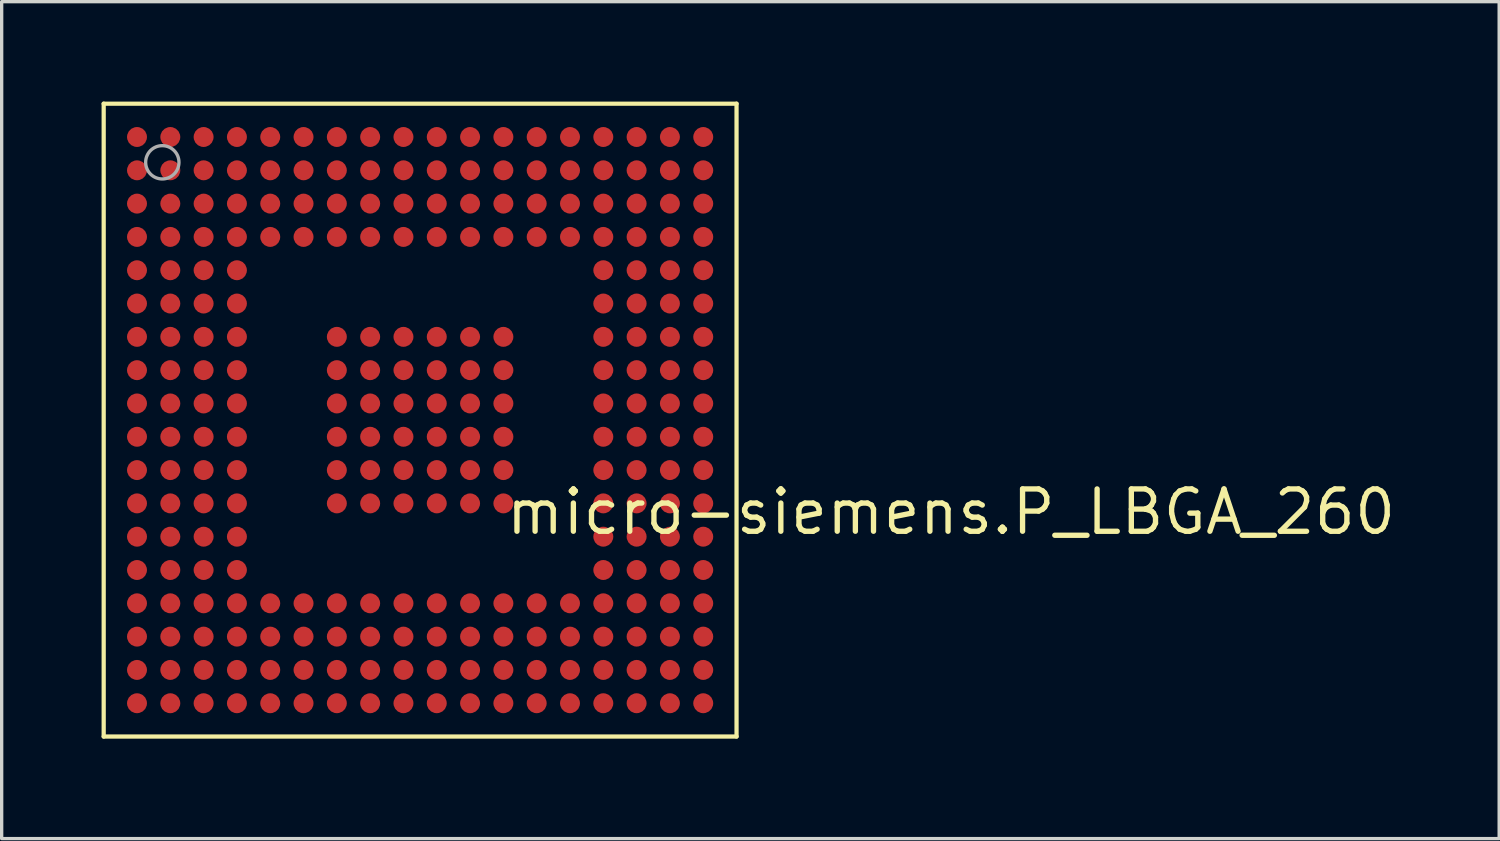
<source format=kicad_pcb>
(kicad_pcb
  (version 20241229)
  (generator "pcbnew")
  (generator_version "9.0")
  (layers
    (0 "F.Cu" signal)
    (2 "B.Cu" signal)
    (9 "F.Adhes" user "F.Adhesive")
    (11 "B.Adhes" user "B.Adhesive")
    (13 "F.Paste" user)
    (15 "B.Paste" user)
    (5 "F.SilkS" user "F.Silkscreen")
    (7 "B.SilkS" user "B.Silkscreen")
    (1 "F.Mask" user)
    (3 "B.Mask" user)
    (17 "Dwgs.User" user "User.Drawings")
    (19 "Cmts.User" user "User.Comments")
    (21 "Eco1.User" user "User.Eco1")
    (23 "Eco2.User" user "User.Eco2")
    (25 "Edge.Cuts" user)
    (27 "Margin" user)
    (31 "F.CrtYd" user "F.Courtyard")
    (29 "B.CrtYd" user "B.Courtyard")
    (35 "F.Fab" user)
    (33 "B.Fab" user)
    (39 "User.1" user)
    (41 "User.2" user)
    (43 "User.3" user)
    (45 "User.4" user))
  (footprint "micro-siemens.P_LBGA_260"
    (layer "F.Cu")
    (at 9.563 9.563)
    (property "Reference" "micro-siemens.P_LBGA_260" (at 2.5 3.5 180) (layer "F.SilkS") (effects (font (size 1.27 1.27) (thickness 0.16)) (justify left bottom)))
    (attr smd)
    (fp_line (start -9.5 -9.5) (end 9.5 -9.5) (stroke (width 0.127) (type default)) (layer "F.SilkS"))
    (fp_line (start -9.5 9.5) (end -9.5 -9.5) (stroke (width 0.127) (type default)) (layer "F.SilkS"))
    (fp_line (start 9.5 -9.5) (end 9.5 9.5) (stroke (width 0.127) (type default)) (layer "F.SilkS"))
    (fp_line (start 9.5 9.5) (end -9.5 9.5) (stroke (width 0.127) (type default)) (layer "F.SilkS"))
    (fp_circle (center -7.74 -7.74) (end -7.24 -7.74) (stroke (width 0.1) (type default)) (fill no) (layer "F.Fab"))
    (pad "A1" smd roundrect (at -8.5 -8.5) (size 0.6 0.6) (layers "F.Cu" "F.Mask" "F.Paste") (roundrect_rratio 0.5))
    (pad "A2" smd roundrect (at -7.5 -8.5) (size 0.6 0.6) (layers "F.Cu" "F.Mask" "F.Paste") (roundrect_rratio 0.5))
    (pad "A3" smd roundrect (at -6.5 -8.5) (size 0.6 0.6) (layers "F.Cu" "F.Mask" "F.Paste") (roundrect_rratio 0.5))
    (pad "A4" smd roundrect (at -5.5 -8.5) (size 0.6 0.6) (layers "F.Cu" "F.Mask" "F.Paste") (roundrect_rratio 0.5))
    (pad "A5" smd roundrect (at -4.5 -8.5) (size 0.6 0.6) (layers "F.Cu" "F.Mask" "F.Paste") (roundrect_rratio 0.5))
    (pad "A6" smd roundrect (at -3.5 -8.5) (size 0.6 0.6) (layers "F.Cu" "F.Mask" "F.Paste") (roundrect_rratio 0.5))
    (pad "A7" smd roundrect (at -2.5 -8.5) (size 0.6 0.6) (layers "F.Cu" "F.Mask" "F.Paste") (roundrect_rratio 0.5))
    (pad "A8" smd roundrect (at -1.5 -8.5) (size 0.6 0.6) (layers "F.Cu" "F.Mask" "F.Paste") (roundrect_rratio 0.5))
    (pad "A9" smd roundrect (at -0.5 -8.5) (size 0.6 0.6) (layers "F.Cu" "F.Mask" "F.Paste") (roundrect_rratio 0.5))
    (pad "A10" smd roundrect (at 0.5 -8.5) (size 0.6 0.6) (layers "F.Cu" "F.Mask" "F.Paste") (roundrect_rratio 0.5))
    (pad "A11" smd roundrect (at 1.5 -8.5) (size 0.6 0.6) (layers "F.Cu" "F.Mask" "F.Paste") (roundrect_rratio 0.5))
    (pad "A12" smd roundrect (at 2.5 -8.5) (size 0.6 0.6) (layers "F.Cu" "F.Mask" "F.Paste") (roundrect_rratio 0.5))
    (pad "A13" smd roundrect (at 3.5 -8.5) (size 0.6 0.6) (layers "F.Cu" "F.Mask" "F.Paste") (roundrect_rratio 0.5))
    (pad "A14" smd roundrect (at 4.5 -8.5) (size 0.6 0.6) (layers "F.Cu" "F.Mask" "F.Paste") (roundrect_rratio 0.5))
    (pad "A15" smd roundrect (at 5.5 -8.5) (size 0.6 0.6) (layers "F.Cu" "F.Mask" "F.Paste") (roundrect_rratio 0.5))
    (pad "A16" smd roundrect (at 6.5 -8.5) (size 0.6 0.6) (layers "F.Cu" "F.Mask" "F.Paste") (roundrect_rratio 0.5))
    (pad "A17" smd roundrect (at 7.5 -8.5) (size 0.6 0.6) (layers "F.Cu" "F.Mask" "F.Paste") (roundrect_rratio 0.5))
    (pad "A18" smd roundrect (at 8.5 -8.5) (size 0.6 0.6) (layers "F.Cu" "F.Mask" "F.Paste") (roundrect_rratio 0.5))
    (pad "B1" smd roundrect (at -8.5 -7.5) (size 0.6 0.6) (layers "F.Cu" "F.Mask" "F.Paste") (roundrect_rratio 0.5))
    (pad "B2" smd roundrect (at -7.5 -7.5) (size 0.6 0.6) (layers "F.Cu" "F.Mask" "F.Paste") (roundrect_rratio 0.5))
    (pad "B3" smd roundrect (at -6.5 -7.5) (size 0.6 0.6) (layers "F.Cu" "F.Mask" "F.Paste") (roundrect_rratio 0.5))
    (pad "B4" smd roundrect (at -5.5 -7.5) (size 0.6 0.6) (layers "F.Cu" "F.Mask" "F.Paste") (roundrect_rratio 0.5))
    (pad "B5" smd roundrect (at -4.5 -7.5) (size 0.6 0.6) (layers "F.Cu" "F.Mask" "F.Paste") (roundrect_rratio 0.5))
    (pad "B6" smd roundrect (at -3.5 -7.5) (size 0.6 0.6) (layers "F.Cu" "F.Mask" "F.Paste") (roundrect_rratio 0.5))
    (pad "B7" smd roundrect (at -2.5 -7.5) (size 0.6 0.6) (layers "F.Cu" "F.Mask" "F.Paste") (roundrect_rratio 0.5))
    (pad "B8" smd roundrect (at -1.5 -7.5) (size 0.6 0.6) (layers "F.Cu" "F.Mask" "F.Paste") (roundrect_rratio 0.5))
    (pad "B9" smd roundrect (at -0.5 -7.5) (size 0.6 0.6) (layers "F.Cu" "F.Mask" "F.Paste") (roundrect_rratio 0.5))
    (pad "B10" smd roundrect (at 0.5 -7.5) (size 0.6 0.6) (layers "F.Cu" "F.Mask" "F.Paste") (roundrect_rratio 0.5))
    (pad "B11" smd roundrect (at 1.5 -7.5) (size 0.6 0.6) (layers "F.Cu" "F.Mask" "F.Paste") (roundrect_rratio 0.5))
    (pad "B12" smd roundrect (at 2.5 -7.5) (size 0.6 0.6) (layers "F.Cu" "F.Mask" "F.Paste") (roundrect_rratio 0.5))
    (pad "B13" smd roundrect (at 3.5 -7.5) (size 0.6 0.6) (layers "F.Cu" "F.Mask" "F.Paste") (roundrect_rratio 0.5))
    (pad "B14" smd roundrect (at 4.5 -7.5) (size 0.6 0.6) (layers "F.Cu" "F.Mask" "F.Paste") (roundrect_rratio 0.5))
    (pad "B15" smd roundrect (at 5.5 -7.5) (size 0.6 0.6) (layers "F.Cu" "F.Mask" "F.Paste") (roundrect_rratio 0.5))
    (pad "B16" smd roundrect (at 6.5 -7.5) (size 0.6 0.6) (layers "F.Cu" "F.Mask" "F.Paste") (roundrect_rratio 0.5))
    (pad "B17" smd roundrect (at 7.5 -7.5) (size 0.6 0.6) (layers "F.Cu" "F.Mask" "F.Paste") (roundrect_rratio 0.5))
    (pad "B18" smd roundrect (at 8.5 -7.5) (size 0.6 0.6) (layers "F.Cu" "F.Mask" "F.Paste") (roundrect_rratio 0.5))
    (pad "C1" smd roundrect (at -8.5 -6.5) (size 0.6 0.6) (layers "F.Cu" "F.Mask" "F.Paste") (roundrect_rratio 0.5))
    (pad "C2" smd roundrect (at -7.5 -6.5) (size 0.6 0.6) (layers "F.Cu" "F.Mask" "F.Paste") (roundrect_rratio 0.5))
    (pad "C3" smd roundrect (at -6.5 -6.5) (size 0.6 0.6) (layers "F.Cu" "F.Mask" "F.Paste") (roundrect_rratio 0.5))
    (pad "C4" smd roundrect (at -5.5 -6.5) (size 0.6 0.6) (layers "F.Cu" "F.Mask" "F.Paste") (roundrect_rratio 0.5))
    (pad "C5" smd roundrect (at -4.5 -6.5) (size 0.6 0.6) (layers "F.Cu" "F.Mask" "F.Paste") (roundrect_rratio 0.5))
    (pad "C6" smd roundrect (at -3.5 -6.5) (size 0.6 0.6) (layers "F.Cu" "F.Mask" "F.Paste") (roundrect_rratio 0.5))
    (pad "C7" smd roundrect (at -2.5 -6.5) (size 0.6 0.6) (layers "F.Cu" "F.Mask" "F.Paste") (roundrect_rratio 0.5))
    (pad "C8" smd roundrect (at -1.5 -6.5) (size 0.6 0.6) (layers "F.Cu" "F.Mask" "F.Paste") (roundrect_rratio 0.5))
    (pad "C9" smd roundrect (at -0.5 -6.5) (size 0.6 0.6) (layers "F.Cu" "F.Mask" "F.Paste") (roundrect_rratio 0.5))
    (pad "C10" smd roundrect (at 0.5 -6.5) (size 0.6 0.6) (layers "F.Cu" "F.Mask" "F.Paste") (roundrect_rratio 0.5))
    (pad "C11" smd roundrect (at 1.5 -6.5) (size 0.6 0.6) (layers "F.Cu" "F.Mask" "F.Paste") (roundrect_rratio 0.5))
    (pad "C12" smd roundrect (at 2.5 -6.5) (size 0.6 0.6) (layers "F.Cu" "F.Mask" "F.Paste") (roundrect_rratio 0.5))
    (pad "C13" smd roundrect (at 3.5 -6.5) (size 0.6 0.6) (layers "F.Cu" "F.Mask" "F.Paste") (roundrect_rratio 0.5))
    (pad "C14" smd roundrect (at 4.5 -6.5) (size 0.6 0.6) (layers "F.Cu" "F.Mask" "F.Paste") (roundrect_rratio 0.5))
    (pad "C15" smd roundrect (at 5.5 -6.5) (size 0.6 0.6) (layers "F.Cu" "F.Mask" "F.Paste") (roundrect_rratio 0.5))
    (pad "C16" smd roundrect (at 6.5 -6.5) (size 0.6 0.6) (layers "F.Cu" "F.Mask" "F.Paste") (roundrect_rratio 0.5))
    (pad "C17" smd roundrect (at 7.5 -6.5) (size 0.6 0.6) (layers "F.Cu" "F.Mask" "F.Paste") (roundrect_rratio 0.5))
    (pad "C18" smd roundrect (at 8.5 -6.5) (size 0.6 0.6) (layers "F.Cu" "F.Mask" "F.Paste") (roundrect_rratio 0.5))
    (pad "D1" smd roundrect (at -8.5 -5.5) (size 0.6 0.6) (layers "F.Cu" "F.Mask" "F.Paste") (roundrect_rratio 0.5))
    (pad "D2" smd roundrect (at -7.5 -5.5) (size 0.6 0.6) (layers "F.Cu" "F.Mask" "F.Paste") (roundrect_rratio 0.5))
    (pad "D3" smd roundrect (at -6.5 -5.5) (size 0.6 0.6) (layers "F.Cu" "F.Mask" "F.Paste") (roundrect_rratio 0.5))
    (pad "D4" smd roundrect (at -5.5 -5.5) (size 0.6 0.6) (layers "F.Cu" "F.Mask" "F.Paste") (roundrect_rratio 0.5))
    (pad "D5" smd roundrect (at -4.5 -5.5) (size 0.6 0.6) (layers "F.Cu" "F.Mask" "F.Paste") (roundrect_rratio 0.5))
    (pad "D6" smd roundrect (at -3.5 -5.5) (size 0.6 0.6) (layers "F.Cu" "F.Mask" "F.Paste") (roundrect_rratio 0.5))
    (pad "D7" smd roundrect (at -2.5 -5.5) (size 0.6 0.6) (layers "F.Cu" "F.Mask" "F.Paste") (roundrect_rratio 0.5))
    (pad "D8" smd roundrect (at -1.5 -5.5) (size 0.6 0.6) (layers "F.Cu" "F.Mask" "F.Paste") (roundrect_rratio 0.5))
    (pad "D9" smd roundrect (at -0.5 -5.5) (size 0.6 0.6) (layers "F.Cu" "F.Mask" "F.Paste") (roundrect_rratio 0.5))
    (pad "D10" smd roundrect (at 0.5 -5.5) (size 0.6 0.6) (layers "F.Cu" "F.Mask" "F.Paste") (roundrect_rratio 0.5))
    (pad "D11" smd roundrect (at 1.5 -5.5) (size 0.6 0.6) (layers "F.Cu" "F.Mask" "F.Paste") (roundrect_rratio 0.5))
    (pad "D12" smd roundrect (at 2.5 -5.5) (size 0.6 0.6) (layers "F.Cu" "F.Mask" "F.Paste") (roundrect_rratio 0.5))
    (pad "D13" smd roundrect (at 3.5 -5.5) (size 0.6 0.6) (layers "F.Cu" "F.Mask" "F.Paste") (roundrect_rratio 0.5))
    (pad "D14" smd roundrect (at 4.5 -5.5) (size 0.6 0.6) (layers "F.Cu" "F.Mask" "F.Paste") (roundrect_rratio 0.5))
    (pad "D15" smd roundrect (at 5.5 -5.5) (size 0.6 0.6) (layers "F.Cu" "F.Mask" "F.Paste") (roundrect_rratio 0.5))
    (pad "D16" smd roundrect (at 6.5 -5.5) (size 0.6 0.6) (layers "F.Cu" "F.Mask" "F.Paste") (roundrect_rratio 0.5))
    (pad "D17" smd roundrect (at 7.5 -5.5) (size 0.6 0.6) (layers "F.Cu" "F.Mask" "F.Paste") (roundrect_rratio 0.5))
    (pad "D18" smd roundrect (at 8.5 -5.5) (size 0.6 0.6) (layers "F.Cu" "F.Mask" "F.Paste") (roundrect_rratio 0.5))
    (pad "E1" smd roundrect (at -8.5 -4.5) (size 0.6 0.6) (layers "F.Cu" "F.Mask" "F.Paste") (roundrect_rratio 0.5))
    (pad "E2" smd roundrect (at -7.5 -4.5) (size 0.6 0.6) (layers "F.Cu" "F.Mask" "F.Paste") (roundrect_rratio 0.5))
    (pad "E3" smd roundrect (at -6.5 -4.5) (size 0.6 0.6) (layers "F.Cu" "F.Mask" "F.Paste") (roundrect_rratio 0.5))
    (pad "E4" smd roundrect (at -5.5 -4.5) (size 0.6 0.6) (layers "F.Cu" "F.Mask" "F.Paste") (roundrect_rratio 0.5))
    (pad "E15" smd roundrect (at 5.5 -4.5) (size 0.6 0.6) (layers "F.Cu" "F.Mask" "F.Paste") (roundrect_rratio 0.5))
    (pad "E16" smd roundrect (at 6.5 -4.5) (size 0.6 0.6) (layers "F.Cu" "F.Mask" "F.Paste") (roundrect_rratio 0.5))
    (pad "E17" smd roundrect (at 7.5 -4.5) (size 0.6 0.6) (layers "F.Cu" "F.Mask" "F.Paste") (roundrect_rratio 0.5))
    (pad "E18" smd roundrect (at 8.5 -4.5) (size 0.6 0.6) (layers "F.Cu" "F.Mask" "F.Paste") (roundrect_rratio 0.5))
    (pad "F1" smd roundrect (at -8.5 -3.5) (size 0.6 0.6) (layers "F.Cu" "F.Mask" "F.Paste") (roundrect_rratio 0.5))
    (pad "F2" smd roundrect (at -7.5 -3.5) (size 0.6 0.6) (layers "F.Cu" "F.Mask" "F.Paste") (roundrect_rratio 0.5))
    (pad "F3" smd roundrect (at -6.5 -3.5) (size 0.6 0.6) (layers "F.Cu" "F.Mask" "F.Paste") (roundrect_rratio 0.5))
    (pad "F4" smd roundrect (at -5.5 -3.5) (size 0.6 0.6) (layers "F.Cu" "F.Mask" "F.Paste") (roundrect_rratio 0.5))
    (pad "F15" smd roundrect (at 5.5 -3.5) (size 0.6 0.6) (layers "F.Cu" "F.Mask" "F.Paste") (roundrect_rratio 0.5))
    (pad "F16" smd roundrect (at 6.5 -3.5) (size 0.6 0.6) (layers "F.Cu" "F.Mask" "F.Paste") (roundrect_rratio 0.5))
    (pad "F17" smd roundrect (at 7.5 -3.5) (size 0.6 0.6) (layers "F.Cu" "F.Mask" "F.Paste") (roundrect_rratio 0.5))
    (pad "F18" smd roundrect (at 8.5 -3.5) (size 0.6 0.6) (layers "F.Cu" "F.Mask" "F.Paste") (roundrect_rratio 0.5))
    (pad "G1" smd roundrect (at -8.5 -2.5) (size 0.6 0.6) (layers "F.Cu" "F.Mask" "F.Paste") (roundrect_rratio 0.5))
    (pad "G2" smd roundrect (at -7.5 -2.5) (size 0.6 0.6) (layers "F.Cu" "F.Mask" "F.Paste") (roundrect_rratio 0.5))
    (pad "G3" smd roundrect (at -6.5 -2.5) (size 0.6 0.6) (layers "F.Cu" "F.Mask" "F.Paste") (roundrect_rratio 0.5))
    (pad "G4" smd roundrect (at -5.5 -2.5) (size 0.6 0.6) (layers "F.Cu" "F.Mask" "F.Paste") (roundrect_rratio 0.5))
    (pad "G7" smd roundrect (at -2.5 -2.5) (size 0.6 0.6) (layers "F.Cu" "F.Mask" "F.Paste") (roundrect_rratio 0.5))
    (pad "G8" smd roundrect (at -1.5 -2.5) (size 0.6 0.6) (layers "F.Cu" "F.Mask" "F.Paste") (roundrect_rratio 0.5))
    (pad "G9" smd roundrect (at -0.5 -2.5) (size 0.6 0.6) (layers "F.Cu" "F.Mask" "F.Paste") (roundrect_rratio 0.5))
    (pad "G10" smd roundrect (at 0.5 -2.5) (size 0.6 0.6) (layers "F.Cu" "F.Mask" "F.Paste") (roundrect_rratio 0.5))
    (pad "G11" smd roundrect (at 1.5 -2.5) (size 0.6 0.6) (layers "F.Cu" "F.Mask" "F.Paste") (roundrect_rratio 0.5))
    (pad "G12" smd roundrect (at 2.5 -2.5) (size 0.6 0.6) (layers "F.Cu" "F.Mask" "F.Paste") (roundrect_rratio 0.5))
    (pad "G15" smd roundrect (at 5.5 -2.5) (size 0.6 0.6) (layers "F.Cu" "F.Mask" "F.Paste") (roundrect_rratio 0.5))
    (pad "G16" smd roundrect (at 6.5 -2.5) (size 0.6 0.6) (layers "F.Cu" "F.Mask" "F.Paste") (roundrect_rratio 0.5))
    (pad "G17" smd roundrect (at 7.5 -2.5) (size 0.6 0.6) (layers "F.Cu" "F.Mask" "F.Paste") (roundrect_rratio 0.5))
    (pad "G18" smd roundrect (at 8.5 -2.5) (size 0.6 0.6) (layers "F.Cu" "F.Mask" "F.Paste") (roundrect_rratio 0.5))
    (pad "H1" smd roundrect (at -8.5 -1.5) (size 0.6 0.6) (layers "F.Cu" "F.Mask" "F.Paste") (roundrect_rratio 0.5))
    (pad "H2" smd roundrect (at -7.5 -1.5) (size 0.6 0.6) (layers "F.Cu" "F.Mask" "F.Paste") (roundrect_rratio 0.5))
    (pad "H3" smd roundrect (at -6.5 -1.5) (size 0.6 0.6) (layers "F.Cu" "F.Mask" "F.Paste") (roundrect_rratio 0.5))
    (pad "H4" smd roundrect (at -5.5 -1.5) (size 0.6 0.6) (layers "F.Cu" "F.Mask" "F.Paste") (roundrect_rratio 0.5))
    (pad "H7" smd roundrect (at -2.5 -1.5) (size 0.6 0.6) (layers "F.Cu" "F.Mask" "F.Paste") (roundrect_rratio 0.5))
    (pad "H8" smd roundrect (at -1.5 -1.5) (size 0.6 0.6) (layers "F.Cu" "F.Mask" "F.Paste") (roundrect_rratio 0.5))
    (pad "H9" smd roundrect (at -0.5 -1.5) (size 0.6 0.6) (layers "F.Cu" "F.Mask" "F.Paste") (roundrect_rratio 0.5))
    (pad "H10" smd roundrect (at 0.5 -1.5) (size 0.6 0.6) (layers "F.Cu" "F.Mask" "F.Paste") (roundrect_rratio 0.5))
    (pad "H11" smd roundrect (at 1.5 -1.5) (size 0.6 0.6) (layers "F.Cu" "F.Mask" "F.Paste") (roundrect_rratio 0.5))
    (pad "H12" smd roundrect (at 2.5 -1.5) (size 0.6 0.6) (layers "F.Cu" "F.Mask" "F.Paste") (roundrect_rratio 0.5))
    (pad "H15" smd roundrect (at 5.5 -1.5) (size 0.6 0.6) (layers "F.Cu" "F.Mask" "F.Paste") (roundrect_rratio 0.5))
    (pad "H16" smd roundrect (at 6.5 -1.5) (size 0.6 0.6) (layers "F.Cu" "F.Mask" "F.Paste") (roundrect_rratio 0.5))
    (pad "H17" smd roundrect (at 7.5 -1.5) (size 0.6 0.6) (layers "F.Cu" "F.Mask" "F.Paste") (roundrect_rratio 0.5))
    (pad "H18" smd roundrect (at 8.5 -1.5) (size 0.6 0.6) (layers "F.Cu" "F.Mask" "F.Paste") (roundrect_rratio 0.5))
    (pad "J1" smd roundrect (at -8.5 -0.5) (size 0.6 0.6) (layers "F.Cu" "F.Mask" "F.Paste") (roundrect_rratio 0.5))
    (pad "J2" smd roundrect (at -7.5 -0.5) (size 0.6 0.6) (layers "F.Cu" "F.Mask" "F.Paste") (roundrect_rratio 0.5))
    (pad "J3" smd roundrect (at -6.5 -0.5) (size 0.6 0.6) (layers "F.Cu" "F.Mask" "F.Paste") (roundrect_rratio 0.5))
    (pad "J4" smd roundrect (at -5.5 -0.5) (size 0.6 0.6) (layers "F.Cu" "F.Mask" "F.Paste") (roundrect_rratio 0.5))
    (pad "J7" smd roundrect (at -2.5 -0.5) (size 0.6 0.6) (layers "F.Cu" "F.Mask" "F.Paste") (roundrect_rratio 0.5))
    (pad "J8" smd roundrect (at -1.5 -0.5) (size 0.6 0.6) (layers "F.Cu" "F.Mask" "F.Paste") (roundrect_rratio 0.5))
    (pad "J9" smd roundrect (at -0.5 -0.5) (size 0.6 0.6) (layers "F.Cu" "F.Mask" "F.Paste") (roundrect_rratio 0.5))
    (pad "J10" smd roundrect (at 0.5 -0.5) (size 0.6 0.6) (layers "F.Cu" "F.Mask" "F.Paste") (roundrect_rratio 0.5))
    (pad "J11" smd roundrect (at 1.5 -0.5) (size 0.6 0.6) (layers "F.Cu" "F.Mask" "F.Paste") (roundrect_rratio 0.5))
    (pad "J12" smd roundrect (at 2.5 -0.5) (size 0.6 0.6) (layers "F.Cu" "F.Mask" "F.Paste") (roundrect_rratio 0.5))
    (pad "J15" smd roundrect (at 5.5 -0.5) (size 0.6 0.6) (layers "F.Cu" "F.Mask" "F.Paste") (roundrect_rratio 0.5))
    (pad "J16" smd roundrect (at 6.5 -0.5) (size 0.6 0.6) (layers "F.Cu" "F.Mask" "F.Paste") (roundrect_rratio 0.5))
    (pad "J17" smd roundrect (at 7.5 -0.5) (size 0.6 0.6) (layers "F.Cu" "F.Mask" "F.Paste") (roundrect_rratio 0.5))
    (pad "J18" smd roundrect (at 8.5 -0.5) (size 0.6 0.6) (layers "F.Cu" "F.Mask" "F.Paste") (roundrect_rratio 0.5))
    (pad "K1" smd roundrect (at -8.5 0.5) (size 0.6 0.6) (layers "F.Cu" "F.Mask" "F.Paste") (roundrect_rratio 0.5))
    (pad "K2" smd roundrect (at -7.5 0.5) (size 0.6 0.6) (layers "F.Cu" "F.Mask" "F.Paste") (roundrect_rratio 0.5))
    (pad "K3" smd roundrect (at -6.5 0.5) (size 0.6 0.6) (layers "F.Cu" "F.Mask" "F.Paste") (roundrect_rratio 0.5))
    (pad "K4" smd roundrect (at -5.5 0.5) (size 0.6 0.6) (layers "F.Cu" "F.Mask" "F.Paste") (roundrect_rratio 0.5))
    (pad "K7" smd roundrect (at -2.5 0.5) (size 0.6 0.6) (layers "F.Cu" "F.Mask" "F.Paste") (roundrect_rratio 0.5))
    (pad "K8" smd roundrect (at -1.5 0.5) (size 0.6 0.6) (layers "F.Cu" "F.Mask" "F.Paste") (roundrect_rratio 0.5))
    (pad "K9" smd roundrect (at -0.5 0.5) (size 0.6 0.6) (layers "F.Cu" "F.Mask" "F.Paste") (roundrect_rratio 0.5))
    (pad "K10" smd roundrect (at 0.5 0.5) (size 0.6 0.6) (layers "F.Cu" "F.Mask" "F.Paste") (roundrect_rratio 0.5))
    (pad "K11" smd roundrect (at 1.5 0.5) (size 0.6 0.6) (layers "F.Cu" "F.Mask" "F.Paste") (roundrect_rratio 0.5))
    (pad "K12" smd roundrect (at 2.5 0.5) (size 0.6 0.6) (layers "F.Cu" "F.Mask" "F.Paste") (roundrect_rratio 0.5))
    (pad "K15" smd roundrect (at 5.5 0.5) (size 0.6 0.6) (layers "F.Cu" "F.Mask" "F.Paste") (roundrect_rratio 0.5))
    (pad "K16" smd roundrect (at 6.5 0.5) (size 0.6 0.6) (layers "F.Cu" "F.Mask" "F.Paste") (roundrect_rratio 0.5))
    (pad "K17" smd roundrect (at 7.5 0.5) (size 0.6 0.6) (layers "F.Cu" "F.Mask" "F.Paste") (roundrect_rratio 0.5))
    (pad "K18" smd roundrect (at 8.5 0.5) (size 0.6 0.6) (layers "F.Cu" "F.Mask" "F.Paste") (roundrect_rratio 0.5))
    (pad "L1" smd roundrect (at -8.5 1.5) (size 0.6 0.6) (layers "F.Cu" "F.Mask" "F.Paste") (roundrect_rratio 0.5))
    (pad "L2" smd roundrect (at -7.5 1.5) (size 0.6 0.6) (layers "F.Cu" "F.Mask" "F.Paste") (roundrect_rratio 0.5))
    (pad "L3" smd roundrect (at -6.5 1.5) (size 0.6 0.6) (layers "F.Cu" "F.Mask" "F.Paste") (roundrect_rratio 0.5))
    (pad "L4" smd roundrect (at -5.5 1.5) (size 0.6 0.6) (layers "F.Cu" "F.Mask" "F.Paste") (roundrect_rratio 0.5))
    (pad "L7" smd roundrect (at -2.5 1.5) (size 0.6 0.6) (layers "F.Cu" "F.Mask" "F.Paste") (roundrect_rratio 0.5))
    (pad "L8" smd roundrect (at -1.5 1.5) (size 0.6 0.6) (layers "F.Cu" "F.Mask" "F.Paste") (roundrect_rratio 0.5))
    (pad "L9" smd roundrect (at -0.5 1.5) (size 0.6 0.6) (layers "F.Cu" "F.Mask" "F.Paste") (roundrect_rratio 0.5))
    (pad "L10" smd roundrect (at 0.5 1.5) (size 0.6 0.6) (layers "F.Cu" "F.Mask" "F.Paste") (roundrect_rratio 0.5))
    (pad "L11" smd roundrect (at 1.5 1.5) (size 0.6 0.6) (layers "F.Cu" "F.Mask" "F.Paste") (roundrect_rratio 0.5))
    (pad "L12" smd roundrect (at 2.5 1.5) (size 0.6 0.6) (layers "F.Cu" "F.Mask" "F.Paste") (roundrect_rratio 0.5))
    (pad "L15" smd roundrect (at 5.5 1.5) (size 0.6 0.6) (layers "F.Cu" "F.Mask" "F.Paste") (roundrect_rratio 0.5))
    (pad "L16" smd roundrect (at 6.5 1.5) (size 0.6 0.6) (layers "F.Cu" "F.Mask" "F.Paste") (roundrect_rratio 0.5))
    (pad "L17" smd roundrect (at 7.5 1.5) (size 0.6 0.6) (layers "F.Cu" "F.Mask" "F.Paste") (roundrect_rratio 0.5))
    (pad "L18" smd roundrect (at 8.5 1.5) (size 0.6 0.6) (layers "F.Cu" "F.Mask" "F.Paste") (roundrect_rratio 0.5))
    (pad "M1" smd roundrect (at -8.5 2.5) (size 0.6 0.6) (layers "F.Cu" "F.Mask" "F.Paste") (roundrect_rratio 0.5))
    (pad "M2" smd roundrect (at -7.5 2.5) (size 0.6 0.6) (layers "F.Cu" "F.Mask" "F.Paste") (roundrect_rratio 0.5))
    (pad "M3" smd roundrect (at -6.5 2.5) (size 0.6 0.6) (layers "F.Cu" "F.Mask" "F.Paste") (roundrect_rratio 0.5))
    (pad "M4" smd roundrect (at -5.5 2.5) (size 0.6 0.6) (layers "F.Cu" "F.Mask" "F.Paste") (roundrect_rratio 0.5))
    (pad "M7" smd roundrect (at -2.5 2.5) (size 0.6 0.6) (layers "F.Cu" "F.Mask" "F.Paste") (roundrect_rratio 0.5))
    (pad "M8" smd roundrect (at -1.5 2.5) (size 0.6 0.6) (layers "F.Cu" "F.Mask" "F.Paste") (roundrect_rratio 0.5))
    (pad "M9" smd roundrect (at -0.5 2.5) (size 0.6 0.6) (layers "F.Cu" "F.Mask" "F.Paste") (roundrect_rratio 0.5))
    (pad "M10" smd roundrect (at 0.5 2.5) (size 0.6 0.6) (layers "F.Cu" "F.Mask" "F.Paste") (roundrect_rratio 0.5))
    (pad "M11" smd roundrect (at 1.5 2.5) (size 0.6 0.6) (layers "F.Cu" "F.Mask" "F.Paste") (roundrect_rratio 0.5))
    (pad "M12" smd roundrect (at 2.5 2.5) (size 0.6 0.6) (layers "F.Cu" "F.Mask" "F.Paste") (roundrect_rratio 0.5))
    (pad "M15" smd roundrect (at 5.5 2.5) (size 0.6 0.6) (layers "F.Cu" "F.Mask" "F.Paste") (roundrect_rratio 0.5))
    (pad "M16" smd roundrect (at 6.5 2.5) (size 0.6 0.6) (layers "F.Cu" "F.Mask" "F.Paste") (roundrect_rratio 0.5))
    (pad "M17" smd roundrect (at 7.5 2.5) (size 0.6 0.6) (layers "F.Cu" "F.Mask" "F.Paste") (roundrect_rratio 0.5))
    (pad "M18" smd roundrect (at 8.5 2.5) (size 0.6 0.6) (layers "F.Cu" "F.Mask" "F.Paste") (roundrect_rratio 0.5))
    (pad "N1" smd roundrect (at -8.5 3.5) (size 0.6 0.6) (layers "F.Cu" "F.Mask" "F.Paste") (roundrect_rratio 0.5))
    (pad "N2" smd roundrect (at -7.5 3.5) (size 0.6 0.6) (layers "F.Cu" "F.Mask" "F.Paste") (roundrect_rratio 0.5))
    (pad "N3" smd roundrect (at -6.5 3.5) (size 0.6 0.6) (layers "F.Cu" "F.Mask" "F.Paste") (roundrect_rratio 0.5))
    (pad "N4" smd roundrect (at -5.5 3.5) (size 0.6 0.6) (layers "F.Cu" "F.Mask" "F.Paste") (roundrect_rratio 0.5))
    (pad "N15" smd roundrect (at 5.5 3.5) (size 0.6 0.6) (layers "F.Cu" "F.Mask" "F.Paste") (roundrect_rratio 0.5))
    (pad "N16" smd roundrect (at 6.5 3.5) (size 0.6 0.6) (layers "F.Cu" "F.Mask" "F.Paste") (roundrect_rratio 0.5))
    (pad "N17" smd roundrect (at 7.5 3.5) (size 0.6 0.6) (layers "F.Cu" "F.Mask" "F.Paste") (roundrect_rratio 0.5))
    (pad "N18" smd roundrect (at 8.5 3.5) (size 0.6 0.6) (layers "F.Cu" "F.Mask" "F.Paste") (roundrect_rratio 0.5))
    (pad "P1" smd roundrect (at -8.5 4.5) (size 0.6 0.6) (layers "F.Cu" "F.Mask" "F.Paste") (roundrect_rratio 0.5))
    (pad "P2" smd roundrect (at -7.5 4.5) (size 0.6 0.6) (layers "F.Cu" "F.Mask" "F.Paste") (roundrect_rratio 0.5))
    (pad "P3" smd roundrect (at -6.5 4.5) (size 0.6 0.6) (layers "F.Cu" "F.Mask" "F.Paste") (roundrect_rratio 0.5))
    (pad "P4" smd roundrect (at -5.5 4.5) (size 0.6 0.6) (layers "F.Cu" "F.Mask" "F.Paste") (roundrect_rratio 0.5))
    (pad "P15" smd roundrect (at 5.5 4.5) (size 0.6 0.6) (layers "F.Cu" "F.Mask" "F.Paste") (roundrect_rratio 0.5))
    (pad "P16" smd roundrect (at 6.5 4.5) (size 0.6 0.6) (layers "F.Cu" "F.Mask" "F.Paste") (roundrect_rratio 0.5))
    (pad "P17" smd roundrect (at 7.5 4.5) (size 0.6 0.6) (layers "F.Cu" "F.Mask" "F.Paste") (roundrect_rratio 0.5))
    (pad "P18" smd roundrect (at 8.5 4.5) (size 0.6 0.6) (layers "F.Cu" "F.Mask" "F.Paste") (roundrect_rratio 0.5))
    (pad "R1" smd roundrect (at -8.5 5.5) (size 0.6 0.6) (layers "F.Cu" "F.Mask" "F.Paste") (roundrect_rratio 0.5))
    (pad "R2" smd roundrect (at -7.5 5.5) (size 0.6 0.6) (layers "F.Cu" "F.Mask" "F.Paste") (roundrect_rratio 0.5))
    (pad "R3" smd roundrect (at -6.5 5.5) (size 0.6 0.6) (layers "F.Cu" "F.Mask" "F.Paste") (roundrect_rratio 0.5))
    (pad "R4" smd roundrect (at -5.5 5.5) (size 0.6 0.6) (layers "F.Cu" "F.Mask" "F.Paste") (roundrect_rratio 0.5))
    (pad "R5" smd roundrect (at -4.5 5.5) (size 0.6 0.6) (layers "F.Cu" "F.Mask" "F.Paste") (roundrect_rratio 0.5))
    (pad "R6" smd roundrect (at -3.5 5.5) (size 0.6 0.6) (layers "F.Cu" "F.Mask" "F.Paste") (roundrect_rratio 0.5))
    (pad "R7" smd roundrect (at -2.5 5.5) (size 0.6 0.6) (layers "F.Cu" "F.Mask" "F.Paste") (roundrect_rratio 0.5))
    (pad "R8" smd roundrect (at -1.5 5.5) (size 0.6 0.6) (layers "F.Cu" "F.Mask" "F.Paste") (roundrect_rratio 0.5))
    (pad "R9" smd roundrect (at -0.5 5.5) (size 0.6 0.6) (layers "F.Cu" "F.Mask" "F.Paste") (roundrect_rratio 0.5))
    (pad "R10" smd roundrect (at 0.5 5.5) (size 0.6 0.6) (layers "F.Cu" "F.Mask" "F.Paste") (roundrect_rratio 0.5))
    (pad "R11" smd roundrect (at 1.5 5.5) (size 0.6 0.6) (layers "F.Cu" "F.Mask" "F.Paste") (roundrect_rratio 0.5))
    (pad "R12" smd roundrect (at 2.5 5.5) (size 0.6 0.6) (layers "F.Cu" "F.Mask" "F.Paste") (roundrect_rratio 0.5))
    (pad "R13" smd roundrect (at 3.5 5.5) (size 0.6 0.6) (layers "F.Cu" "F.Mask" "F.Paste") (roundrect_rratio 0.5))
    (pad "R14" smd roundrect (at 4.5 5.5) (size 0.6 0.6) (layers "F.Cu" "F.Mask" "F.Paste") (roundrect_rratio 0.5))
    (pad "R15" smd roundrect (at 5.5 5.5) (size 0.6 0.6) (layers "F.Cu" "F.Mask" "F.Paste") (roundrect_rratio 0.5))
    (pad "R16" smd roundrect (at 6.5 5.5) (size 0.6 0.6) (layers "F.Cu" "F.Mask" "F.Paste") (roundrect_rratio 0.5))
    (pad "R17" smd roundrect (at 7.5 5.5) (size 0.6 0.6) (layers "F.Cu" "F.Mask" "F.Paste") (roundrect_rratio 0.5))
    (pad "R18" smd roundrect (at 8.5 5.5) (size 0.6 0.6) (layers "F.Cu" "F.Mask" "F.Paste") (roundrect_rratio 0.5))
    (pad "T1" smd roundrect (at -8.5 6.5) (size 0.6 0.6) (layers "F.Cu" "F.Mask" "F.Paste") (roundrect_rratio 0.5))
    (pad "T2" smd roundrect (at -7.5 6.5) (size 0.6 0.6) (layers "F.Cu" "F.Mask" "F.Paste") (roundrect_rratio 0.5))
    (pad "T3" smd roundrect (at -6.5 6.5) (size 0.6 0.6) (layers "F.Cu" "F.Mask" "F.Paste") (roundrect_rratio 0.5))
    (pad "T4" smd roundrect (at -5.5 6.5) (size 0.6 0.6) (layers "F.Cu" "F.Mask" "F.Paste") (roundrect_rratio 0.5))
    (pad "T5" smd roundrect (at -4.5 6.5) (size 0.6 0.6) (layers "F.Cu" "F.Mask" "F.Paste") (roundrect_rratio 0.5))
    (pad "T6" smd roundrect (at -3.5 6.5) (size 0.6 0.6) (layers "F.Cu" "F.Mask" "F.Paste") (roundrect_rratio 0.5))
    (pad "T7" smd roundrect (at -2.5 6.5) (size 0.6 0.6) (layers "F.Cu" "F.Mask" "F.Paste") (roundrect_rratio 0.5))
    (pad "T8" smd roundrect (at -1.5 6.5) (size 0.6 0.6) (layers "F.Cu" "F.Mask" "F.Paste") (roundrect_rratio 0.5))
    (pad "T9" smd roundrect (at -0.5 6.5) (size 0.6 0.6) (layers "F.Cu" "F.Mask" "F.Paste") (roundrect_rratio 0.5))
    (pad "T10" smd roundrect (at 0.5 6.5) (size 0.6 0.6) (layers "F.Cu" "F.Mask" "F.Paste") (roundrect_rratio 0.5))
    (pad "T11" smd roundrect (at 1.5 6.5) (size 0.6 0.6) (layers "F.Cu" "F.Mask" "F.Paste") (roundrect_rratio 0.5))
    (pad "T12" smd roundrect (at 2.5 6.5) (size 0.6 0.6) (layers "F.Cu" "F.Mask" "F.Paste") (roundrect_rratio 0.5))
    (pad "T13" smd roundrect (at 3.5 6.5) (size 0.6 0.6) (layers "F.Cu" "F.Mask" "F.Paste") (roundrect_rratio 0.5))
    (pad "T14" smd roundrect (at 4.5 6.5) (size 0.6 0.6) (layers "F.Cu" "F.Mask" "F.Paste") (roundrect_rratio 0.5))
    (pad "T15" smd roundrect (at 5.5 6.5) (size 0.6 0.6) (layers "F.Cu" "F.Mask" "F.Paste") (roundrect_rratio 0.5))
    (pad "T16" smd roundrect (at 6.5 6.5) (size 0.6 0.6) (layers "F.Cu" "F.Mask" "F.Paste") (roundrect_rratio 0.5))
    (pad "T17" smd roundrect (at 7.5 6.5) (size 0.6 0.6) (layers "F.Cu" "F.Mask" "F.Paste") (roundrect_rratio 0.5))
    (pad "T18" smd roundrect (at 8.5 6.5) (size 0.6 0.6) (layers "F.Cu" "F.Mask" "F.Paste") (roundrect_rratio 0.5))
    (pad "U1" smd roundrect (at -8.5 7.5) (size 0.6 0.6) (layers "F.Cu" "F.Mask" "F.Paste") (roundrect_rratio 0.5))
    (pad "U2" smd roundrect (at -7.5 7.5) (size 0.6 0.6) (layers "F.Cu" "F.Mask" "F.Paste") (roundrect_rratio 0.5))
    (pad "U3" smd roundrect (at -6.5 7.5) (size 0.6 0.6) (layers "F.Cu" "F.Mask" "F.Paste") (roundrect_rratio 0.5))
    (pad "U4" smd roundrect (at -5.5 7.5) (size 0.6 0.6) (layers "F.Cu" "F.Mask" "F.Paste") (roundrect_rratio 0.5))
    (pad "U5" smd roundrect (at -4.5 7.5) (size 0.6 0.6) (layers "F.Cu" "F.Mask" "F.Paste") (roundrect_rratio 0.5))
    (pad "U6" smd roundrect (at -3.5 7.5) (size 0.6 0.6) (layers "F.Cu" "F.Mask" "F.Paste") (roundrect_rratio 0.5))
    (pad "U7" smd roundrect (at -2.5 7.5) (size 0.6 0.6) (layers "F.Cu" "F.Mask" "F.Paste") (roundrect_rratio 0.5))
    (pad "U8" smd roundrect (at -1.5 7.5) (size 0.6 0.6) (layers "F.Cu" "F.Mask" "F.Paste") (roundrect_rratio 0.5))
    (pad "U9" smd roundrect (at -0.5 7.5) (size 0.6 0.6) (layers "F.Cu" "F.Mask" "F.Paste") (roundrect_rratio 0.5))
    (pad "U10" smd roundrect (at 0.5 7.5) (size 0.6 0.6) (layers "F.Cu" "F.Mask" "F.Paste") (roundrect_rratio 0.5))
    (pad "U11" smd roundrect (at 1.5 7.5) (size 0.6 0.6) (layers "F.Cu" "F.Mask" "F.Paste") (roundrect_rratio 0.5))
    (pad "U12" smd roundrect (at 2.5 7.5) (size 0.6 0.6) (layers "F.Cu" "F.Mask" "F.Paste") (roundrect_rratio 0.5))
    (pad "U13" smd roundrect (at 3.5 7.5) (size 0.6 0.6) (layers "F.Cu" "F.Mask" "F.Paste") (roundrect_rratio 0.5))
    (pad "U14" smd roundrect (at 4.5 7.5) (size 0.6 0.6) (layers "F.Cu" "F.Mask" "F.Paste") (roundrect_rratio 0.5))
    (pad "U15" smd roundrect (at 5.5 7.5) (size 0.6 0.6) (layers "F.Cu" "F.Mask" "F.Paste") (roundrect_rratio 0.5))
    (pad "U16" smd roundrect (at 6.5 7.5) (size 0.6 0.6) (layers "F.Cu" "F.Mask" "F.Paste") (roundrect_rratio 0.5))
    (pad "U17" smd roundrect (at 7.5 7.5) (size 0.6 0.6) (layers "F.Cu" "F.Mask" "F.Paste") (roundrect_rratio 0.5))
    (pad "U18" smd roundrect (at 8.5 7.5) (size 0.6 0.6) (layers "F.Cu" "F.Mask" "F.Paste") (roundrect_rratio 0.5))
    (pad "V1" smd roundrect (at -8.5 8.5) (size 0.6 0.6) (layers "F.Cu" "F.Mask" "F.Paste") (roundrect_rratio 0.5))
    (pad "V2" smd roundrect (at -7.5 8.5) (size 0.6 0.6) (layers "F.Cu" "F.Mask" "F.Paste") (roundrect_rratio 0.5))
    (pad "V3" smd roundrect (at -6.5 8.5) (size 0.6 0.6) (layers "F.Cu" "F.Mask" "F.Paste") (roundrect_rratio 0.5))
    (pad "V4" smd roundrect (at -5.5 8.5) (size 0.6 0.6) (layers "F.Cu" "F.Mask" "F.Paste") (roundrect_rratio 0.5))
    (pad "V5" smd roundrect (at -4.5 8.5) (size 0.6 0.6) (layers "F.Cu" "F.Mask" "F.Paste") (roundrect_rratio 0.5))
    (pad "V6" smd roundrect (at -3.5 8.5) (size 0.6 0.6) (layers "F.Cu" "F.Mask" "F.Paste") (roundrect_rratio 0.5))
    (pad "V7" smd roundrect (at -2.5 8.5) (size 0.6 0.6) (layers "F.Cu" "F.Mask" "F.Paste") (roundrect_rratio 0.5))
    (pad "V8" smd roundrect (at -1.5 8.5) (size 0.6 0.6) (layers "F.Cu" "F.Mask" "F.Paste") (roundrect_rratio 0.5))
    (pad "V9" smd roundrect (at -0.5 8.5) (size 0.6 0.6) (layers "F.Cu" "F.Mask" "F.Paste") (roundrect_rratio 0.5))
    (pad "V10" smd roundrect (at 0.5 8.5) (size 0.6 0.6) (layers "F.Cu" "F.Mask" "F.Paste") (roundrect_rratio 0.5))
    (pad "V11" smd roundrect (at 1.5 8.5) (size 0.6 0.6) (layers "F.Cu" "F.Mask" "F.Paste") (roundrect_rratio 0.5))
    (pad "V12" smd roundrect (at 2.5 8.5) (size 0.6 0.6) (layers "F.Cu" "F.Mask" "F.Paste") (roundrect_rratio 0.5))
    (pad "V13" smd roundrect (at 3.5 8.5) (size 0.6 0.6) (layers "F.Cu" "F.Mask" "F.Paste") (roundrect_rratio 0.5))
    (pad "V14" smd roundrect (at 4.5 8.5) (size 0.6 0.6) (layers "F.Cu" "F.Mask" "F.Paste") (roundrect_rratio 0.5))
    (pad "V15" smd roundrect (at 5.5 8.5) (size 0.6 0.6) (layers "F.Cu" "F.Mask" "F.Paste") (roundrect_rratio 0.5))
    (pad "V16" smd roundrect (at 6.5 8.5) (size 0.6 0.6) (layers "F.Cu" "F.Mask" "F.Paste") (roundrect_rratio 0.5))
    (pad "V17" smd roundrect (at 7.5 8.5) (size 0.6 0.6) (layers "F.Cu" "F.Mask" "F.Paste") (roundrect_rratio 0.5))
    (pad "V18" smd roundrect (at 8.5 8.5) (size 0.6 0.6) (layers "F.Cu" "F.Mask" "F.Paste") (roundrect_rratio 0.5)))
  (gr_rect
    (start -3 -3)
    (end 41.959 22.127)
    (stroke (width 0.1) (type default))
    (fill no)
    (layer "Edge.Cuts")))
</source>
